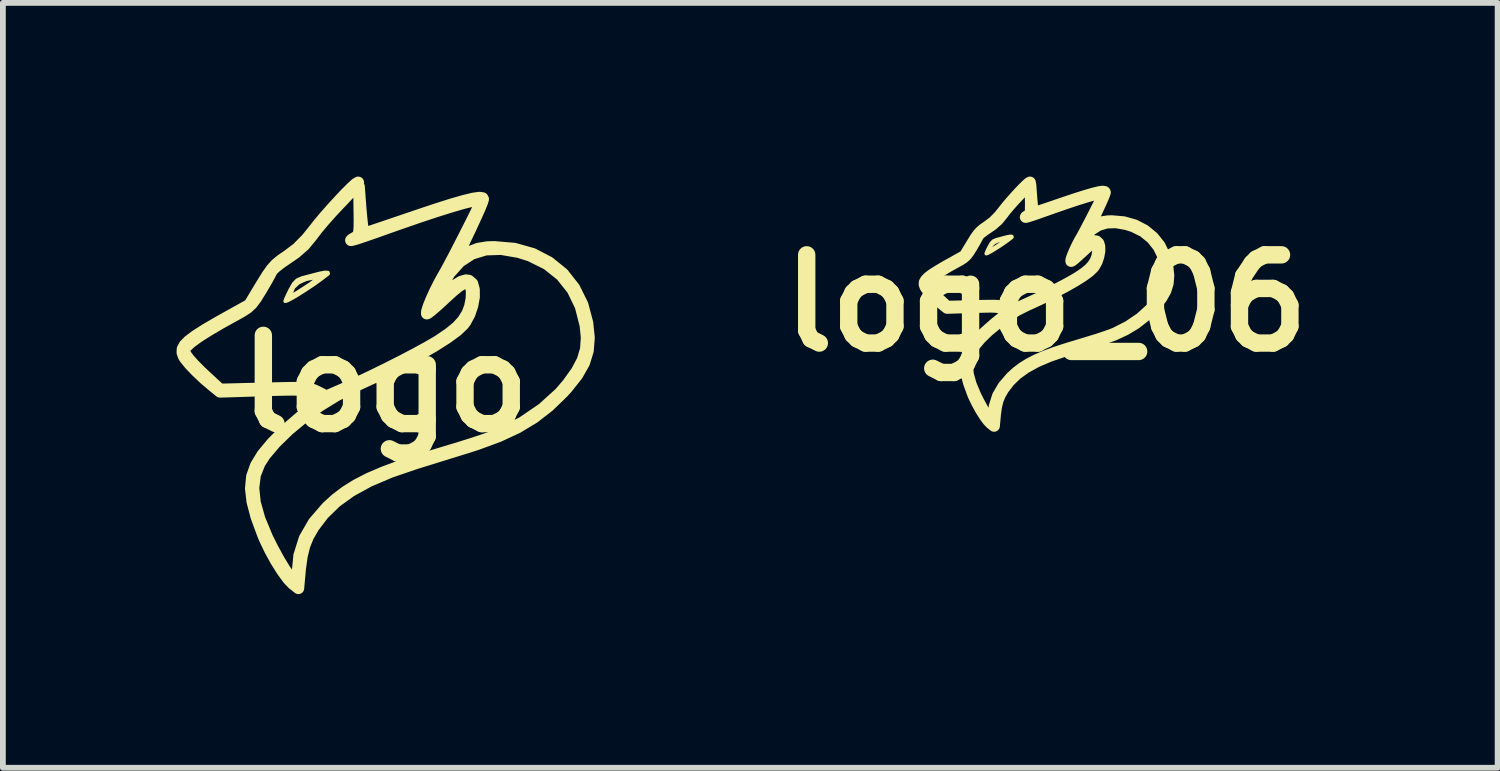
<source format=kicad_pcb>
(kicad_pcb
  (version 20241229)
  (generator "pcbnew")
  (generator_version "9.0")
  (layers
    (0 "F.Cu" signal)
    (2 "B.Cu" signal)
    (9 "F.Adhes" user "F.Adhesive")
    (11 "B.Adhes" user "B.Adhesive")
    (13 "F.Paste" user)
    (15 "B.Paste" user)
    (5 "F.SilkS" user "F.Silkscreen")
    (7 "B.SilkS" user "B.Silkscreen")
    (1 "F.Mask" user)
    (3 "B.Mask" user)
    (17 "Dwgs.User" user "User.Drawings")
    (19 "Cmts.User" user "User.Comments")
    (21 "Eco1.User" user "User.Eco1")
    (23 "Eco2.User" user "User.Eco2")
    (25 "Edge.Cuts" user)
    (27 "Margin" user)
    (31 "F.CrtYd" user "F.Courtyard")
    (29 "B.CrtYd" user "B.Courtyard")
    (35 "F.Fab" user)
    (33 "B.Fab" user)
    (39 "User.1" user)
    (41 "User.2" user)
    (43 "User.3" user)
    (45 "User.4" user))
  (footprint "logo_06"
    (layer "F.Cu")
    (at 15.02 2.186)
    (property "Reference" "logo_06" (at 0 0 0) (layer "F.SilkS") (effects (font (size 1.524 1.524) (thickness 0.3))))
    (attr through_hole)
    (fp_poly (pts (xy -0.593 -1.152) (xy -0.59 -1.14) (xy -0.594 -1.136) (xy -0.66 -1.085) (xy -0.737 -1.03) (xy -0.818 -0.976) (xy -0.896 -0.927) (xy -0.963 -0.887) (xy -1.012 -0.861) (xy -1.036 -0.854) (xy -1.037 -0.856) (xy -1.028 -0.881) (xy -1.006 -0.931) (xy -1.003 -0.935) (xy -0.974 -0.935) (xy -0.973 -0.922) (xy -0.967 -0.917) (xy -0.949 -0.924) (xy -0.913 -0.945) (xy -0.853 -0.983) (xy -0.775 -1.035) (xy -0.727 -1.071) (xy -0.717 -1.092) (xy -0.746 -1.096) (xy -0.812 -1.083) (xy -0.823 -1.08) (xy -0.898 -1.047) (xy -0.951 -0.996) (xy -0.974 -0.939) (xy -0.974 -0.935) (xy -1.003 -0.935) (xy -0.984 -0.974) (xy -0.948 -1.037) (xy -0.912 -1.074) (xy -0.862 -1.095) (xy -0.841 -1.101) (xy -0.765 -1.121) (xy -0.691 -1.141) (xy -0.679 -1.144) (xy -0.626 -1.154) (xy -0.593 -1.152)) (stroke (width 0.06) (type solid)) (fill yes) (layer "F.SilkS"))
    (fp_poly (pts (xy -0.279 -2.085) (xy -0.289 -2.067) (xy -0.324 -2.025) (xy -0.378 -1.964) (xy -0.447 -1.89) (xy -0.468 -1.868) (xy -0.553 -1.778) (xy -0.635 -1.685) (xy -0.707 -1.6) (xy -0.757 -1.534) (xy -0.758 -1.533) (xy -0.836 -1.437) (xy -0.931 -1.354) (xy -1.005 -1.303) (xy -1.077 -1.254) (xy -1.135 -1.209) (xy -1.169 -1.177) (xy -1.174 -1.169) (xy -1.19 -1.137) (xy -1.222 -1.078) (xy -1.265 -1.004) (xy -1.286 -0.968) (xy -1.338 -0.884) (xy -1.382 -0.827) (xy -1.428 -0.785) (xy -1.487 -0.746) (xy -1.524 -0.726) (xy -1.695 -0.631) (xy -1.83 -0.552) (xy -1.932 -0.487) (xy -2.004 -0.435) (xy -2.022 -0.42) (xy -2.066 -0.379) (xy -2.082 -0.351) (xy -2.075 -0.32) (xy -2.064 -0.297) (xy -2.036 -0.257) (xy -1.984 -0.199) (xy -1.917 -0.132) (xy -1.872 -0.089) (xy -1.711 0.059) (xy -1.252 0.048) (xy -1.101 0.044) (xy -0.986 0.042) (xy -0.9 0.042) (xy -0.838 0.045) (xy -0.792 0.05) (xy -0.757 0.059) (xy -0.726 0.071) (xy -0.702 0.083) (xy -0.61 0.13) (xy -0.405 0.041) (xy -0.276 -0.017) (xy -0.13 -0.086) (xy 0.022 -0.161) (xy 0.173 -0.238) (xy 0.314 -0.311) (xy 0.436 -0.378) (xy 0.53 -0.433) (xy 0.55 -0.445) (xy 0.664 -0.522) (xy 0.746 -0.59) (xy 0.805 -0.655) (xy 0.85 -0.726) (xy 0.851 -0.728) (xy 0.878 -0.8) (xy 0.893 -0.879) (xy 0.896 -0.954) (xy 0.886 -1.012) (xy 0.869 -1.036) (xy 0.842 -1.045) (xy 0.807 -1.036) (xy 0.76 -1.008) (xy 0.696 -0.955) (xy 0.609 -0.875) (xy 0.596 -0.863) (xy 0.53 -0.803) (xy 0.476 -0.756) (xy 0.441 -0.73) (xy 0.431 -0.726) (xy 0.432 -0.751) (xy 0.45 -0.804) (xy 0.479 -0.877) (xy 0.516 -0.958) (xy 0.557 -1.041) (xy 0.598 -1.115) (xy 0.6 -1.117) (xy 0.628 -1.167) (xy 0.669 -1.242) (xy 0.717 -1.335) (xy 0.771 -1.438) (xy 0.826 -1.545) (xy 0.878 -1.649) (xy 0.925 -1.743) (xy 0.962 -1.82) (xy 0.987 -1.873) (xy 0.995 -1.894) (xy 0.975 -1.903) (xy 0.918 -1.896) (xy 0.824 -1.874) (xy 0.695 -1.837) (xy 0.532 -1.786) (xy 0.336 -1.721) (xy 0.109 -1.642) (xy 0.041 -1.618) (xy -0.106 -1.566) (xy -0.215 -1.528) (xy -0.291 -1.503) (xy -0.337 -1.489) (xy -0.355 -1.486) (xy -0.349 -1.494) (xy -0.322 -1.51) (xy -0.318 -1.512) (xy -0.295 -1.526) (xy -0.28 -1.544) (xy -0.272 -1.573) (xy -0.268 -1.622) (xy -0.267 -1.698) (xy -0.268 -1.792) (xy -0.271 -2.043) (xy -0.254 -1.813) (xy -0.246 -1.719) (xy -0.237 -1.641) (xy -0.229 -1.589) (xy -0.224 -1.572) (xy -0.198 -1.569) (xy -0.15 -1.58) (xy -0.143 -1.582) (xy -0.102 -1.596) (xy -0.028 -1.621) (xy 0.071 -1.654) (xy 0.187 -1.694) (xy 0.314 -1.737) (xy 0.328 -1.742) (xy 0.529 -1.809) (xy 0.692 -1.86) (xy 0.82 -1.897) (xy 0.915 -1.92) (xy 0.977 -1.928) (xy 1.01 -1.923) (xy 1.016 -1.913) (xy 1.007 -1.884) (xy 0.983 -1.824) (xy 0.947 -1.742) (xy 0.902 -1.644) (xy 0.88 -1.597) (xy 0.833 -1.498) (xy 0.794 -1.414) (xy 0.766 -1.351) (xy 0.752 -1.317) (xy 0.751 -1.312) (xy 0.772 -1.321) (xy 0.82 -1.342) (xy 0.871 -1.365) (xy 0.963 -1.4) (xy 1.057 -1.415) (xy 1.129 -1.418) (xy 1.339 -1.4) (xy 1.53 -1.346) (xy 1.699 -1.258) (xy 1.844 -1.14) (xy 1.96 -0.994) (xy 2.045 -0.821) (xy 2.096 -0.629) (xy 2.112 -0.477) (xy 2.101 -0.341) (xy 2.062 -0.215) (xy 1.991 -0.089) (xy 1.885 0.045) (xy 1.842 0.092) (xy 1.697 0.232) (xy 1.543 0.352) (xy 1.372 0.455) (xy 1.178 0.546) (xy 0.951 0.629) (xy 0.867 0.656) (xy 0.731 0.698) (xy 0.578 0.745) (xy 0.428 0.792) (xy 0.314 0.827) (xy 0.054 0.916) (xy -0.168 1.011) (xy -0.355 1.114) (xy -0.511 1.226) (xy -0.64 1.352) (xy -0.741 1.485) (xy -0.797 1.582) (xy -0.837 1.679) (xy -0.864 1.789) (xy -0.882 1.925) (xy -0.885 1.955) (xy -0.9 2.121) (xy -0.957 2.076) (xy -1.007 2.023) (xy -1.067 1.941) (xy -1.131 1.839) (xy -1.194 1.725) (xy -1.249 1.611) (xy -1.269 1.563) (xy -1.336 1.378) (xy -1.378 1.221) (xy -1.393 1.084) (xy -1.393 1.081) (xy -1.365 1.081) (xy -1.349 1.232) (xy -1.302 1.402) (xy -1.221 1.595) (xy -1.165 1.707) (xy -1.1 1.826) (xy -1.04 1.925) (xy -0.989 1.998) (xy -0.949 2.043) (xy -0.929 2.053) (xy -0.917 2.034) (xy -0.911 1.988) (xy -0.91 1.971) (xy -0.892 1.78) (xy -0.836 1.603) (xy -0.74 1.438) (xy -0.605 1.281) (xy -0.511 1.195) (xy -0.411 1.119) (xy -0.299 1.049) (xy -0.169 0.982) (xy -0.018 0.917) (xy 0.16 0.851) (xy 0.37 0.783) (xy 0.616 0.709) (xy 0.616 0.709) (xy 0.754 0.667) (xy 0.89 0.625) (xy 1.014 0.584) (xy 1.116 0.548) (xy 1.186 0.521) (xy 1.422 0.401) (xy 1.631 0.259) (xy 1.808 0.098) (xy 1.89 0.003) (xy 1.984 -0.127) (xy 2.046 -0.244) (xy 2.079 -0.357) (xy 2.087 -0.477) (xy 2.075 -0.604) (xy 2.024 -0.803) (xy 1.94 -0.975) (xy 1.824 -1.121) (xy 1.678 -1.239) (xy 1.501 -1.326) (xy 1.383 -1.363) (xy 1.202 -1.395) (xy 1.04 -1.389) (xy 0.898 -1.345) (xy 0.774 -1.264) (xy 0.667 -1.144) (xy 0.584 -1.004) (xy 0.555 -0.941) (xy 0.537 -0.895) (xy 0.534 -0.878) (xy 0.552 -0.886) (xy 0.593 -0.915) (xy 0.636 -0.95) (xy 0.722 -1.019) (xy 0.787 -1.059) (xy 0.837 -1.073) (xy 0.868 -1.069) (xy 0.903 -1.037) (xy 0.921 -0.977) (xy 0.921 -0.898) (xy 0.905 -0.81) (xy 0.875 -0.72) (xy 0.831 -0.639) (xy 0.81 -0.612) (xy 0.743 -0.548) (xy 0.641 -0.473) (xy 0.506 -0.388) (xy 0.342 -0.294) (xy 0.154 -0.195) (xy -0.054 -0.092) (xy -0.28 0.013) (xy -0.328 0.034) (xy -0.502 0.121) (xy -0.677 0.229) (xy -0.845 0.35) (xy -1.001 0.479) (xy -1.136 0.61) (xy -1.244 0.738) (xy -1.302 0.827) (xy -1.349 0.947) (xy -1.365 1.081) (xy -1.393 1.081) (xy -1.381 0.962) (xy -1.341 0.848) (xy -1.272 0.735) (xy -1.175 0.617) (xy -1.17 0.612) (xy -1.088 0.53) (xy -0.984 0.435) (xy -0.872 0.338) (xy -0.763 0.251) (xy -0.676 0.187) (xy -0.624 0.152) (xy -0.73 0.104) (xy -0.767 0.089) (xy -0.802 0.077) (xy -0.842 0.069) (xy -0.893 0.065) (xy -0.963 0.063) (xy -1.057 0.065) (xy -1.183 0.068) (xy -1.274 0.071) (xy -1.712 0.084) (xy -1.782 0.028) (xy -1.871 -0.048) (xy -1.955 -0.127) (xy -2.026 -0.2) (xy -2.074 -0.26) (xy -2.087 -0.281) (xy -2.102 -0.321) (xy -2.101 -0.359) (xy -2.079 -0.399) (xy -2.035 -0.444) (xy -1.965 -0.497) (xy -1.865 -0.56) (xy -1.733 -0.638) (xy -1.64 -0.689) (xy -1.408 -0.819) (xy -1.283 -1.025) (xy -1.225 -1.12) (xy -1.177 -1.188) (xy -1.131 -1.238) (xy -1.079 -1.282) (xy -1.017 -1.324) (xy -0.91 -1.404) (xy -0.813 -1.503) (xy -0.751 -1.58) (xy -0.693 -1.653) (xy -0.625 -1.735) (xy -0.55 -1.82) (xy -0.475 -1.902) (xy -0.406 -1.975) (xy -0.346 -2.034) (xy -0.303 -2.073) (xy -0.28 -2.086) (xy -0.279 -2.085)) (stroke (width 0.2) (type solid)) (fill yes) (layer "F.SilkS")))
  (footprint "logo"
    (layer "F.Cu")
    (at 3.603 3.577)
    (property "Reference" "logo" (at 0 0 0) (layer "F.SilkS") (effects (font (size 1.524 1.524) (thickness 0.3))))
    (attr through_hole)
    (fp_poly (pts (xy -0.988 -1.92) (xy -0.984 -1.899) (xy -0.991 -1.893) (xy -1.1 -1.809) (xy -1.228 -1.717) (xy -1.363 -1.627) (xy -1.493 -1.544) (xy -1.604 -1.478) (xy -1.686 -1.435) (xy -1.727 -1.423) (xy -1.729 -1.427) (xy -1.714 -1.468) (xy -1.676 -1.551) (xy -1.672 -1.558) (xy -1.623 -1.558) (xy -1.622 -1.537) (xy -1.611 -1.529) (xy -1.581 -1.54) (xy -1.522 -1.575) (xy -1.422 -1.639) (xy -1.292 -1.724) (xy -1.211 -1.786) (xy -1.195 -1.82) (xy -1.243 -1.827) (xy -1.353 -1.805) (xy -1.372 -1.8) (xy -1.496 -1.744) (xy -1.585 -1.661) (xy -1.623 -1.566) (xy -1.623 -1.558) (xy -1.672 -1.558) (xy -1.641 -1.623) (xy -1.58 -1.729) (xy -1.52 -1.79) (xy -1.437 -1.826) (xy -1.402 -1.835) (xy -1.275 -1.869) (xy -1.151 -1.901) (xy -1.131 -1.906) (xy -1.043 -1.923) (xy -0.988 -1.92)) (stroke (width 0.06) (type solid)) (fill yes) (layer "F.SilkS"))
    (fp_poly (pts (xy -0.465 -3.476) (xy -0.482 -3.445) (xy -0.54 -3.375) (xy -0.63 -3.273) (xy -0.745 -3.15) (xy -0.78 -3.114) (xy -0.921 -2.964) (xy -1.059 -2.809) (xy -1.178 -2.667) (xy -1.262 -2.556) (xy -1.263 -2.554) (xy -1.394 -2.394) (xy -1.551 -2.257) (xy -1.675 -2.172) (xy -1.795 -2.09) (xy -1.891 -2.015) (xy -1.948 -1.961) (xy -1.957 -1.948) (xy -1.984 -1.894) (xy -2.037 -1.797) (xy -2.109 -1.674) (xy -2.144 -1.614) (xy -2.231 -1.474) (xy -2.303 -1.378) (xy -2.379 -1.308) (xy -2.478 -1.244) (xy -2.54 -1.209) (xy -2.824 -1.052) (xy -3.049 -0.92) (xy -3.22 -0.812) (xy -3.34 -0.725) (xy -3.37 -0.7) (xy -3.443 -0.632) (xy -3.47 -0.584) (xy -3.459 -0.533) (xy -3.44 -0.495) (xy -3.393 -0.429) (xy -3.306 -0.332) (xy -3.195 -0.22) (xy -3.12 -0.149) (xy -2.852 0.099) (xy -2.087 0.08) (xy -1.835 0.074) (xy -1.643 0.07) (xy -1.5 0.07) (xy -1.396 0.074) (xy -1.32 0.083) (xy -1.262 0.098) (xy -1.211 0.118) (xy -1.169 0.138) (xy -1.016 0.216) (xy -0.676 0.068) (xy -0.459 -0.029) (xy -0.217 -0.144) (xy 0.037 -0.269) (xy 0.289 -0.396) (xy 0.523 -0.519) (xy 0.726 -0.63) (xy 0.883 -0.721) (xy 0.917 -0.742) (xy 1.106 -0.87) (xy 1.243 -0.983) (xy 1.342 -1.092) (xy 1.416 -1.211) (xy 1.418 -1.214) (xy 1.463 -1.333) (xy 1.489 -1.466) (xy 1.494 -1.59) (xy 1.477 -1.686) (xy 1.448 -1.727) (xy 1.403 -1.742) (xy 1.345 -1.727) (xy 1.267 -1.679) (xy 1.16 -1.591) (xy 1.015 -1.458) (xy 0.994 -1.438) (xy 0.884 -1.338) (xy 0.794 -1.261) (xy 0.735 -1.216) (xy 0.718 -1.21) (xy 0.721 -1.252) (xy 0.749 -1.341) (xy 0.798 -1.461) (xy 0.86 -1.597) (xy 0.929 -1.735) (xy 0.997 -1.858) (xy 0.999 -1.861) (xy 1.047 -1.945) (xy 1.114 -2.07) (xy 1.196 -2.224) (xy 1.285 -2.397) (xy 1.376 -2.575) (xy 1.464 -2.749) (xy 1.542 -2.905) (xy 1.604 -3.033) (xy 1.645 -3.121) (xy 1.658 -3.157) (xy 1.626 -3.171) (xy 1.53 -3.16) (xy 1.374 -3.124) (xy 1.159 -3.062) (xy 0.887 -2.977) (xy 0.561 -2.869) (xy 0.182 -2.737) (xy 0.068 -2.697) (xy -0.176 -2.61) (xy -0.359 -2.547) (xy -0.486 -2.504) (xy -0.562 -2.482) (xy -0.592 -2.477) (xy -0.582 -2.489) (xy -0.537 -2.517) (xy -0.529 -2.521) (xy -0.492 -2.544) (xy -0.467 -2.573) (xy -0.453 -2.622) (xy -0.446 -2.703) (xy -0.445 -2.83) (xy -0.447 -2.987) (xy -0.452 -3.404) (xy -0.423 -3.022) (xy -0.409 -2.865) (xy -0.395 -2.735) (xy -0.382 -2.648) (xy -0.373 -2.619) (xy -0.329 -2.615) (xy -0.249 -2.633) (xy -0.238 -2.637) (xy -0.17 -2.66) (xy -0.047 -2.701) (xy 0.118 -2.757) (xy 0.312 -2.823) (xy 0.524 -2.895) (xy 0.547 -2.903) (xy 0.882 -3.015) (xy 1.154 -3.101) (xy 1.367 -3.162) (xy 1.524 -3.2) (xy 1.629 -3.214) (xy 1.683 -3.206) (xy 1.693 -3.188) (xy 1.679 -3.139) (xy 1.639 -3.04) (xy 1.578 -2.903) (xy 1.503 -2.74) (xy 1.467 -2.662) (xy 1.388 -2.497) (xy 1.323 -2.356) (xy 1.276 -2.252) (xy 1.253 -2.195) (xy 1.251 -2.187) (xy 1.287 -2.201) (xy 1.367 -2.236) (xy 1.452 -2.275) (xy 1.604 -2.333) (xy 1.762 -2.359) (xy 1.882 -2.363) (xy 2.232 -2.333) (xy 2.551 -2.243) (xy 2.832 -2.097) (xy 3.073 -1.901) (xy 3.266 -1.656) (xy 3.409 -1.368) (xy 3.494 -1.049) (xy 3.52 -0.795) (xy 3.502 -0.569) (xy 3.437 -0.358) (xy 3.318 -0.148) (xy 3.142 0.074) (xy 3.07 0.153) (xy 2.828 0.387) (xy 2.572 0.586) (xy 2.287 0.758) (xy 1.963 0.909) (xy 1.585 1.048) (xy 1.446 1.093) (xy 1.219 1.163) (xy 0.964 1.242) (xy 0.714 1.32) (xy 0.523 1.379) (xy 0.09 1.527) (xy -0.28 1.685) (xy -0.592 1.856) (xy -0.852 2.044) (xy -1.067 2.254) (xy -1.235 2.475) (xy -1.329 2.637) (xy -1.394 2.798) (xy -1.439 2.981) (xy -1.47 3.208) (xy -1.474 3.258) (xy -1.499 3.534) (xy -1.595 3.459) (xy -1.678 3.372) (xy -1.778 3.235) (xy -1.885 3.065) (xy -1.989 2.876) (xy -2.081 2.684) (xy -2.114 2.605) (xy -2.227 2.297) (xy -2.296 2.034) (xy -2.322 1.807) (xy -2.321 1.802) (xy -2.275 1.802) (xy -2.249 2.053) (xy -2.169 2.337) (xy -2.036 2.658) (xy -1.942 2.845) (xy -1.834 3.043) (xy -1.734 3.208) (xy -1.648 3.331) (xy -1.581 3.404) (xy -1.548 3.422) (xy -1.528 3.391) (xy -1.518 3.313) (xy -1.517 3.286) (xy -1.486 2.967) (xy -1.393 2.672) (xy -1.234 2.396) (xy -1.008 2.134) (xy -0.852 1.992) (xy -0.685 1.865) (xy -0.498 1.748) (xy -0.282 1.637) (xy -0.03 1.529) (xy 0.266 1.419) (xy 0.616 1.305) (xy 1.027 1.181) (xy 1.027 1.181) (xy 1.257 1.112) (xy 1.483 1.041) (xy 1.69 0.973) (xy 1.86 0.913) (xy 1.977 0.868) (xy 2.369 0.669) (xy 2.718 0.431) (xy 3.014 0.163) (xy 3.15 0.005) (xy 3.306 -0.212) (xy 3.409 -0.407) (xy 3.465 -0.595) (xy 3.479 -0.795) (xy 3.458 -1.007) (xy 3.374 -1.338) (xy 3.234 -1.626) (xy 3.041 -1.869) (xy 2.796 -2.064) (xy 2.502 -2.21) (xy 2.306 -2.272) (xy 2.003 -2.324) (xy 1.734 -2.315) (xy 1.497 -2.242) (xy 1.29 -2.107) (xy 1.111 -1.907) (xy 0.974 -1.673) (xy 0.925 -1.569) (xy 0.895 -1.492) (xy 0.889 -1.463) (xy 0.921 -1.476) (xy 0.989 -1.526) (xy 1.06 -1.584) (xy 1.203 -1.698) (xy 1.312 -1.764) (xy 1.396 -1.788) (xy 1.446 -1.781) (xy 1.506 -1.729) (xy 1.534 -1.629) (xy 1.535 -1.497) (xy 1.508 -1.349) (xy 1.458 -1.2) (xy 1.385 -1.065) (xy 1.35 -1.019) (xy 1.239 -0.914) (xy 1.068 -0.789) (xy 0.843 -0.646) (xy 0.571 -0.49) (xy 0.257 -0.325) (xy -0.091 -0.153) (xy -0.467 0.021) (xy -0.547 0.057) (xy -0.836 0.202) (xy -1.128 0.381) (xy -1.409 0.583) (xy -1.668 0.798) (xy -1.893 1.017) (xy -2.073 1.229) (xy -2.169 1.378) (xy -2.248 1.578) (xy -2.275 1.802) (xy -2.321 1.802) (xy -2.302 1.603) (xy -2.235 1.413) (xy -2.121 1.225) (xy -1.958 1.029) (xy -1.95 1.02) (xy -1.813 0.883) (xy -1.64 0.724) (xy -1.453 0.563) (xy -1.272 0.418) (xy -1.127 0.312) (xy -1.041 0.253) (xy -1.217 0.174) (xy -1.279 0.148) (xy -1.337 0.128) (xy -1.403 0.115) (xy -1.489 0.108) (xy -1.605 0.106) (xy -1.762 0.108) (xy -1.972 0.113) (xy -2.123 0.118) (xy -2.853 0.141) (xy -2.97 0.046) (xy -3.119 -0.08) (xy -3.259 -0.212) (xy -3.376 -0.334) (xy -3.457 -0.434) (xy -3.479 -0.468) (xy -3.503 -0.534) (xy -3.501 -0.598) (xy -3.466 -0.665) (xy -3.392 -0.74) (xy -3.275 -0.828) (xy -3.109 -0.934) (xy -2.888 -1.063) (xy -2.734 -1.149) (xy -2.346 -1.365) (xy -2.139 -1.709) (xy -2.041 -1.867) (xy -1.962 -1.98) (xy -1.886 -2.064) (xy -1.798 -2.136) (xy -1.695 -2.206) (xy -1.517 -2.34) (xy -1.355 -2.505) (xy -1.251 -2.634) (xy -1.155 -2.756) (xy -1.041 -2.892) (xy -0.917 -3.033) (xy -0.792 -3.169) (xy -0.676 -3.292) (xy -0.577 -3.39) (xy -0.505 -3.455) (xy -0.467 -3.477) (xy -0.465 -3.476)) (stroke (width 0.2) (type solid)) (fill yes) (layer "F.SilkS")))
  (gr_rect
    (start -3 -3)
    (end 22.817 10.211)
    (stroke (width 0.1) (type default))
    (fill no)
    (layer "Edge.Cuts")))
</source>
